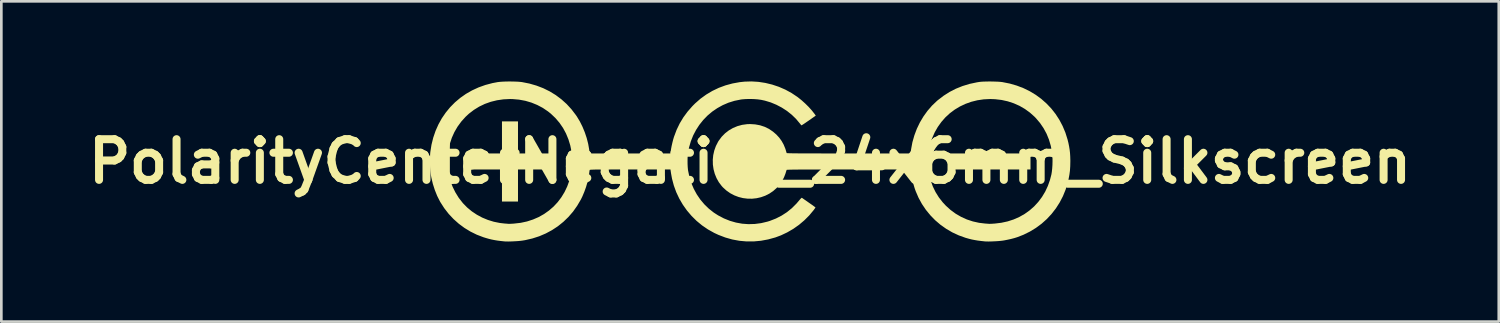
<source format=kicad_pcb>
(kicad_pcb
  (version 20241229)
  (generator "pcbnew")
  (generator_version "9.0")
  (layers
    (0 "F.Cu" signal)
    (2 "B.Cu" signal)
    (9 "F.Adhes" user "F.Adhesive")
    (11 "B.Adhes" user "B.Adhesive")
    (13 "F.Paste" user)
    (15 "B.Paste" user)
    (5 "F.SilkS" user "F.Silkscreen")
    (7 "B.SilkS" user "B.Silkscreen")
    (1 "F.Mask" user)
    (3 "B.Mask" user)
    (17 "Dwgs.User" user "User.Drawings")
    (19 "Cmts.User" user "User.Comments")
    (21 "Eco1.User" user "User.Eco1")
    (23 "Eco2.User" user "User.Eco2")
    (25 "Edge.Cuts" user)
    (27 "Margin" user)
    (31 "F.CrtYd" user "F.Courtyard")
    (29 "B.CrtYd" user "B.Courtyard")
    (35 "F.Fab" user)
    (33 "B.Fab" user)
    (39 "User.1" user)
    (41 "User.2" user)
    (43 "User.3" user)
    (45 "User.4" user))
  (footprint "PolarityCenterNegative_24x6mm_Silkscreen"
    (layer "F.Cu")
    (at 25.044 2.998)
    (property "Reference" "PolarityCenterNegative_24x6mm_Silkscreen" (at 0 0 0) (layer "F.SilkS") (effects (font (size 1.524 1.524) (thickness 0.3))))
    (attr board_only exclude_from_pos_files exclude_from_bom)
    (fp_poly (pts (xy 10.505 0.3) (xy 7.504 0.3) (xy 7.504 -0.3) (xy 10.505 -0.3)) (stroke (width 0) (type solid)) (fill yes) (layer "F.SilkS"))
    (fp_poly (pts (xy -8.692 -0.3) (xy -7.491 -0.3) (xy -7.491 0.3) (xy -8.692 0.3) (xy -8.692 1.501) (xy -9.292 1.501) (xy -9.292 0.3) (xy -10.493 0.3) (xy -10.493 -0.3) (xy -9.292 -0.3) (xy -9.292 -1.501) (xy -8.692 -1.501)) (stroke (width 0) (type solid)) (fill yes) (layer "F.SilkS"))
    (fp_poly (pts (xy 9.068 -2.995) (xy 9.179 -2.992) (xy 9.284 -2.988) (xy 9.375 -2.982) (xy 9.449 -2.973) (xy 9.455 -2.972) (xy 9.728 -2.918) (xy 9.991 -2.842) (xy 10.242 -2.746) (xy 10.48 -2.629) (xy 10.704 -2.494) (xy 10.913 -2.34) (xy 11.107 -2.168) (xy 11.285 -1.981) (xy 11.445 -1.777) (xy 11.587 -1.558) (xy 11.709 -1.326) (xy 11.812 -1.08) (xy 11.893 -0.822) (xy 11.924 -0.697) (xy 11.951 -0.565) (xy 11.971 -0.441) (xy 11.985 -0.319) (xy 11.993 -0.191) (xy 11.997 -0.049) (xy 11.997 0.006) (xy 11.993 0.185) (xy 11.982 0.348) (xy 11.961 0.504) (xy 11.931 0.661) (xy 11.9 0.792) (xy 11.821 1.052) (xy 11.72 1.3) (xy 11.598 1.535) (xy 11.456 1.757) (xy 11.295 1.964) (xy 11.117 2.156) (xy 10.921 2.331) (xy 10.709 2.488) (xy 10.483 2.626) (xy 10.242 2.745) (xy 10.011 2.835) (xy 9.903 2.869) (xy 9.778 2.902) (xy 9.647 2.931) (xy 9.519 2.956) (xy 9.464 2.965) (xy 9.396 2.973) (xy 9.314 2.981) (xy 9.222 2.987) (xy 9.125 2.992) (xy 9.03 2.996) (xy 8.941 2.998) (xy 8.866 2.997) (xy 8.808 2.995) (xy 8.798 2.994) (xy 8.652 2.978) (xy 8.526 2.962) (xy 8.414 2.943) (xy 8.31 2.923) (xy 8.209 2.898) (xy 8.106 2.869) (xy 8.071 2.859) (xy 7.818 2.768) (xy 7.576 2.656) (xy 7.348 2.523) (xy 7.133 2.371) (xy 6.934 2.201) (xy 6.752 2.014) (xy 6.586 1.811) (xy 6.439 1.593) (xy 6.312 1.361) (xy 6.206 1.116) (xy 6.167 1.007) (xy 6.1 0.784) (xy 6.051 0.566) (xy 6.027 0.416) (xy 6.012 0.3) (xy 3.694 0.3) (xy 3.401 0.3) (xy 3.132 0.3) (xy 2.886 0.3) (xy 2.663 0.301) (xy 2.461 0.301) (xy 2.279 0.301) (xy 2.117 0.302) (xy 1.974 0.303) (xy 1.849 0.303) (xy 1.74 0.304) (xy 1.648 0.305) (xy 1.57 0.306) (xy 1.507 0.307) (xy 1.457 0.309) (xy 1.419 0.31) (xy 1.393 0.312) (xy 1.377 0.314) (xy 1.371 0.316) (xy 1.37 0.316) (xy 1.323 0.466) (xy 1.271 0.597) (xy 1.21 0.715) (xy 1.139 0.825) (xy 1.114 0.86) (xy 0.996 0.994) (xy 0.865 1.109) (xy 0.723 1.205) (xy 0.57 1.282) (xy 0.41 1.339) (xy 0.245 1.377) (xy 0.076 1.395) (xy -0.093 1.393) (xy -0.262 1.372) (xy -0.428 1.331) (xy -0.588 1.27) (xy -0.741 1.19) (xy -0.885 1.089) (xy -1.017 0.969) (xy -1.062 0.919) (xy -1.169 0.778) (xy -1.255 0.625) (xy -1.321 0.463) (xy -1.367 0.292) (xy -1.392 0.118) (xy -1.394 -0.006) (xy 6.666 -0.006) (xy 6.677 0.245) (xy 6.711 0.487) (xy 6.768 0.718) (xy 6.847 0.938) (xy 6.949 1.147) (xy 7.073 1.346) (xy 7.219 1.533) (xy 7.335 1.657) (xy 7.512 1.817) (xy 7.703 1.957) (xy 7.907 2.075) (xy 8.121 2.172) (xy 8.346 2.246) (xy 8.579 2.298) (xy 8.806 2.325) (xy 8.864 2.329) (xy 8.915 2.333) (xy 8.951 2.335) (xy 8.967 2.337) (xy 8.986 2.336) (xy 9.024 2.335) (xy 9.078 2.332) (xy 9.141 2.327) (xy 9.167 2.326) (xy 9.413 2.296) (xy 9.649 2.245) (xy 9.874 2.172) (xy 10.087 2.078) (xy 10.286 1.965) (xy 10.472 1.832) (xy 10.643 1.682) (xy 10.797 1.514) (xy 10.935 1.33) (xy 11.055 1.131) (xy 11.155 0.917) (xy 11.235 0.69) (xy 11.288 0.485) (xy 11.305 0.38) (xy 11.318 0.259) (xy 11.327 0.127) (xy 11.33 -0.009) (xy 11.329 -0.14) (xy 11.322 -0.26) (xy 11.313 -0.338) (xy 11.265 -0.584) (xy 11.197 -0.817) (xy 11.107 -1.038) (xy 10.995 -1.245) (xy 10.863 -1.439) (xy 10.71 -1.62) (xy 10.662 -1.67) (xy 10.486 -1.828) (xy 10.296 -1.966) (xy 10.094 -2.083) (xy 9.88 -2.178) (xy 9.655 -2.252) (xy 9.421 -2.304) (xy 9.179 -2.332) (xy 8.996 -2.339) (xy 8.751 -2.327) (xy 8.514 -2.292) (xy 8.286 -2.235) (xy 8.068 -2.157) (xy 7.861 -2.059) (xy 7.666 -1.942) (xy 7.484 -1.806) (xy 7.317 -1.652) (xy 7.167 -1.481) (xy 7.033 -1.294) (xy 6.918 -1.093) (xy 6.822 -0.876) (xy 6.792 -0.793) (xy 6.739 -0.619) (xy 6.701 -0.449) (xy 6.678 -0.277) (xy 6.667 -0.093) (xy 6.666 -0.006) (xy -1.394 -0.006) (xy -1.396 -0.059) (xy -1.379 -0.235) (xy -1.34 -0.409) (xy -1.28 -0.576) (xy -1.199 -0.735) (xy -1.171 -0.78) (xy -1.062 -0.926) (xy -0.935 -1.055) (xy -0.794 -1.164) (xy -0.639 -1.254) (xy -0.473 -1.323) (xy -0.297 -1.371) (xy -0.113 -1.397) (xy -0.001 -1.401) (xy 0.192 -1.389) (xy 0.375 -1.355) (xy 0.548 -1.298) (xy 0.71 -1.219) (xy 0.861 -1.116) (xy 0.985 -1.009) (xy 1.093 -0.892) (xy 1.184 -0.766) (xy 1.26 -0.629) (xy 1.323 -0.475) (xy 1.371 -0.316) (xy 1.376 -0.314) (xy 1.39 -0.312) (xy 1.415 -0.31) (xy 1.452 -0.309) (xy 1.5 -0.307) (xy 1.562 -0.306) (xy 1.637 -0.305) (xy 1.728 -0.304) (xy 1.835 -0.303) (xy 1.958 -0.303) (xy 2.099 -0.302) (xy 2.258 -0.301) (xy 2.437 -0.301) (xy 2.637 -0.301) (xy 2.857 -0.3) (xy 3.1 -0.3) (xy 3.366 -0.3) (xy 3.656 -0.3) (xy 3.692 -0.3) (xy 6.01 -0.3) (xy 6.033 -0.459) (xy 6.082 -0.722) (xy 6.155 -0.978) (xy 6.248 -1.225) (xy 6.362 -1.462) (xy 6.496 -1.687) (xy 6.648 -1.898) (xy 6.817 -2.093) (xy 7.004 -2.271) (xy 7.035 -2.297) (xy 7.249 -2.461) (xy 7.474 -2.604) (xy 7.71 -2.725) (xy 7.959 -2.825) (xy 8.221 -2.905) (xy 8.498 -2.964) (xy 8.585 -2.978) (xy 8.654 -2.986) (xy 8.741 -2.991) (xy 8.843 -2.994) (xy 8.954 -2.996)) (stroke (width 0) (type solid)) (fill yes) (layer "F.SilkS"))
    (fp_poly (pts (xy 0.314 -2.982) (xy 0.573 -2.942) (xy 0.829 -2.88) (xy 1.08 -2.796) (xy 1.322 -2.691) (xy 1.553 -2.565) (xy 1.772 -2.419) (xy 1.787 -2.408) (xy 1.927 -2.296) (xy 2.064 -2.173) (xy 2.195 -2.044) (xy 2.312 -1.914) (xy 2.412 -1.787) (xy 2.422 -1.773) (xy 2.462 -1.717) (xy 2.2 -1.533) (xy 2.128 -1.484) (xy 2.063 -1.439) (xy 2.008 -1.402) (xy 1.964 -1.374) (xy 1.936 -1.357) (xy 1.926 -1.353) (xy 1.914 -1.364) (xy 1.892 -1.39) (xy 1.865 -1.424) (xy 1.723 -1.594) (xy 1.562 -1.75) (xy 1.384 -1.892) (xy 1.191 -2.017) (xy 0.987 -2.124) (xy 0.775 -2.212) (xy 0.556 -2.278) (xy 0.423 -2.307) (xy 0.29 -2.326) (xy 0.141 -2.337) (xy -0.013 -2.341) (xy -0.164 -2.337) (xy -0.303 -2.326) (xy -0.35 -2.319) (xy -0.585 -2.271) (xy -0.81 -2.201) (xy -1.024 -2.109) (xy -1.227 -1.997) (xy -1.417 -1.867) (xy -1.593 -1.719) (xy -1.753 -1.554) (xy -1.897 -1.374) (xy -2.023 -1.18) (xy -2.131 -0.973) (xy -2.218 -0.755) (xy -2.285 -0.525) (xy -2.327 -0.3) (xy -2.335 -0.219) (xy -2.34 -0.12) (xy -2.341 -0.012) (xy -2.34 0.098) (xy -2.335 0.204) (xy -2.327 0.297) (xy -2.321 0.338) (xy -2.272 0.576) (xy -2.201 0.806) (xy -2.108 1.025) (xy -1.995 1.232) (xy -1.863 1.426) (xy -1.711 1.606) (xy -1.543 1.769) (xy -1.358 1.915) (xy -1.196 2.019) (xy -0.979 2.133) (xy -0.755 2.223) (xy -0.526 2.289) (xy -0.293 2.331) (xy -0.058 2.348) (xy 0.179 2.341) (xy 0.416 2.31) (xy 0.651 2.254) (xy 0.742 2.226) (xy 0.97 2.137) (xy 1.183 2.028) (xy 1.382 1.899) (xy 1.567 1.749) (xy 1.738 1.578) (xy 1.829 1.472) (xy 1.877 1.415) (xy 1.912 1.378) (xy 1.934 1.361) (xy 1.943 1.361) (xy 1.957 1.371) (xy 1.988 1.393) (xy 2.034 1.425) (xy 2.092 1.465) (xy 2.158 1.511) (xy 2.204 1.544) (xy 2.273 1.592) (xy 2.335 1.635) (xy 2.386 1.672) (xy 2.424 1.701) (xy 2.446 1.718) (xy 2.451 1.723) (xy 2.444 1.735) (xy 2.425 1.763) (xy 2.398 1.801) (xy 2.381 1.824) (xy 2.217 2.021) (xy 2.033 2.205) (xy 1.833 2.374) (xy 1.619 2.525) (xy 1.393 2.656) (xy 1.159 2.767) (xy 0.947 2.846) (xy 0.677 2.92) (xy 0.407 2.97) (xy 0.137 2.995) (xy -0.133 2.995) (xy -0.4 2.971) (xy -0.665 2.922) (xy -0.926 2.848) (xy -1.183 2.75) (xy -1.342 2.676) (xy -1.577 2.545) (xy -1.798 2.394) (xy -2.003 2.225) (xy -2.192 2.038) (xy -2.363 1.837) (xy -2.516 1.621) (xy -2.65 1.392) (xy -2.763 1.153) (xy -2.854 0.903) (xy -2.923 0.644) (xy -2.959 0.447) (xy -2.981 0.3) (xy -4.491 0.3) (xy -4.717 0.3) (xy -4.92 0.3) (xy -5.1 0.3) (xy -5.259 0.301) (xy -5.398 0.301) (xy -5.519 0.301) (xy -5.623 0.302) (xy -5.71 0.302) (xy -5.784 0.303) (xy -5.844 0.304) (xy -5.892 0.306) (xy -5.93 0.307) (xy -5.958 0.309) (xy -5.979 0.311) (xy -5.993 0.313) (xy -6.001 0.316) (xy -6.006 0.319) (xy -6.007 0.322) (xy -6.012 0.346) (xy -6.018 0.385) (xy -6.022 0.419) (xy -6.047 0.589) (xy -6.089 0.771) (xy -6.143 0.957) (xy -6.209 1.141) (xy -6.283 1.316) (xy -6.337 1.426) (xy -6.475 1.66) (xy -6.63 1.879) (xy -6.803 2.079) (xy -6.993 2.262) (xy -7.198 2.427) (xy -7.418 2.572) (xy -7.651 2.697) (xy -7.897 2.802) (xy -8.155 2.885) (xy -8.424 2.947) (xy -8.535 2.965) (xy -8.601 2.973) (xy -8.683 2.981) (xy -8.775 2.987) (xy -8.871 2.992) (xy -8.966 2.996) (xy -9.054 2.998) (xy -9.13 2.997) (xy -9.188 2.995) (xy -9.198 2.994) (xy -9.344 2.978) (xy -9.47 2.962) (xy -9.582 2.943) (xy -9.686 2.922) (xy -9.788 2.897) (xy -9.892 2.867) (xy -9.986 2.838) (xy -10.235 2.743) (xy -10.473 2.626) (xy -10.699 2.488) (xy -10.911 2.331) (xy -11.108 2.155) (xy -11.29 1.961) (xy -11.454 1.75) (xy -11.599 1.524) (xy -11.617 1.492) (xy -11.719 1.29) (xy -11.807 1.071) (xy -11.881 0.839) (xy -11.938 0.6) (xy -11.962 0.463) (xy -11.975 0.359) (xy -11.984 0.237) (xy -11.989 0.105) (xy -11.99 0.002) (xy -11.33 0.002) (xy -11.319 0.249) (xy -11.283 0.489) (xy -11.224 0.721) (xy -11.142 0.945) (xy -11.037 1.158) (xy -10.911 1.362) (xy -10.762 1.553) (xy -10.75 1.567) (xy -10.595 1.725) (xy -10.422 1.868) (xy -10.233 1.994) (xy -10.032 2.102) (xy -9.819 2.19) (xy -9.598 2.258) (xy -9.371 2.304) (xy -9.187 2.325) (xy -9.129 2.329) (xy -9.079 2.333) (xy -9.044 2.336) (xy -9.029 2.337) (xy -9.011 2.336) (xy -8.972 2.335) (xy -8.919 2.332) (xy -8.856 2.328) (xy -8.835 2.326) (xy -8.589 2.298) (xy -8.353 2.247) (xy -8.129 2.174) (xy -7.916 2.082) (xy -7.716 1.969) (xy -7.531 1.838) (xy -7.36 1.69) (xy -7.205 1.524) (xy -7.068 1.343) (xy -6.948 1.146) (xy -6.848 0.936) (xy -6.767 0.713) (xy -6.708 0.477) (xy -6.684 0.344) (xy -6.673 0.244) (xy -6.667 0.127) (xy -6.664 0.003) (xy -6.666 -0.123) (xy -6.672 -0.24) (xy -6.683 -0.343) (xy -6.685 -0.356) (xy -6.733 -0.598) (xy -6.803 -0.829) (xy -6.894 -1.049) (xy -7.005 -1.255) (xy -7.137 -1.447) (xy -7.289 -1.625) (xy -7.459 -1.787) (xy -7.567 -1.874) (xy -7.762 -2.006) (xy -7.97 -2.116) (xy -8.188 -2.205) (xy -8.416 -2.272) (xy -8.652 -2.316) (xy -8.894 -2.337) (xy -8.989 -2.339) (xy -9.238 -2.327) (xy -9.479 -2.292) (xy -9.711 -2.235) (xy -9.933 -2.156) (xy -10.144 -2.055) (xy -10.342 -1.933) (xy -10.528 -1.791) (xy -10.654 -1.674) (xy -10.815 -1.496) (xy -10.955 -1.305) (xy -11.073 -1.103) (xy -11.17 -0.888) (xy -11.244 -0.664) (xy -11.295 -0.429) (xy -11.324 -0.184) (xy -11.33 0.002) (xy -11.99 0.002) (xy -11.991 -0.03) (xy -11.988 -0.161) (xy -11.982 -0.281) (xy -11.976 -0.35) (xy -11.932 -0.627) (xy -11.866 -0.893) (xy -11.779 -1.147) (xy -11.671 -1.389) (xy -11.544 -1.618) (xy -11.397 -1.832) (xy -11.233 -2.032) (xy -11.052 -2.215) (xy -10.854 -2.382) (xy -10.64 -2.532) (xy -10.412 -2.662) (xy -10.169 -2.774) (xy -9.914 -2.865) (xy -9.646 -2.936) (xy -9.455 -2.972) (xy -9.372 -2.982) (xy -9.271 -2.989) (xy -9.156 -2.994) (xy -9.033 -2.996) (xy -8.909 -2.995) (xy -8.789 -2.992) (xy -8.679 -2.987) (xy -8.585 -2.978) (xy -8.542 -2.973) (xy -8.264 -2.918) (xy -7.998 -2.841) (xy -7.745 -2.744) (xy -7.504 -2.625) (xy -7.278 -2.487) (xy -7.066 -2.328) (xy -6.868 -2.15) (xy -6.687 -1.952) (xy -6.522 -1.736) (xy -6.485 -1.682) (xy -6.376 -1.501) (xy -6.277 -1.303) (xy -6.19 -1.092) (xy -6.118 -0.877) (xy -6.063 -0.661) (xy -6.028 -0.463) (xy -6.021 -0.41) (xy -6.014 -0.365) (xy -6.009 -0.334) (xy -6.008 -0.328) (xy -6.002 -0.3) (xy -2.98 -0.3) (xy -2.971 -0.378) (xy -2.957 -0.476) (xy -2.935 -0.589) (xy -2.908 -0.708) (xy -2.878 -0.826) (xy -2.846 -0.932) (xy -2.845 -0.933) (xy -2.75 -1.186) (xy -2.634 -1.426) (xy -2.497 -1.653) (xy -2.338 -1.869) (xy -2.157 -2.075) (xy -2.058 -2.174) (xy -1.856 -2.351) (xy -1.64 -2.507) (xy -1.411 -2.643) (xy -1.17 -2.758) (xy -0.918 -2.851) (xy -0.656 -2.922) (xy -0.385 -2.971) (xy -0.206 -2.99) (xy 0.053 -2.998)) (stroke (width 0) (type solid)) (fill yes) (layer "F.SilkS")))
  (gr_rect
    (start -3 -3)
    (end 53.089 8.995)
    (stroke (width 0.1) (type default))
    (fill no)
    (layer "Edge.Cuts")))
</source>
